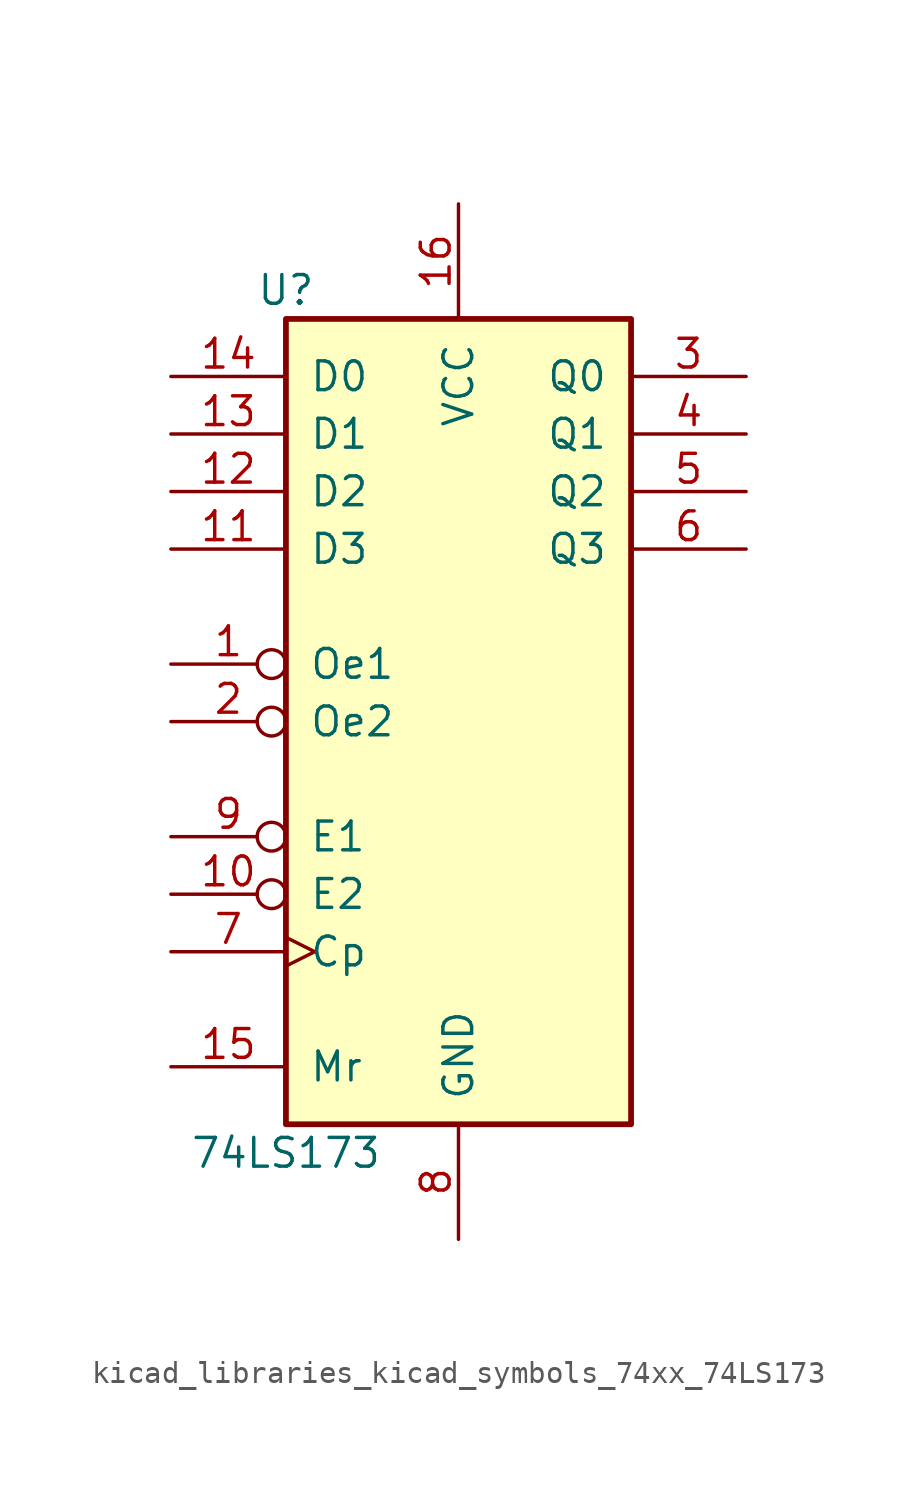
<source format=kicad_sym>
(kicad_symbol_lib
  (version 20220914)
  (generator kicad_symbol_editor)
  (symbol "kicad_libraries_kicad_symbols_74xx_74LS173"
    (pin_names
      (offset 1.016))
    (property "Reference" "U"
      (at -7.62 19.05 0)
      (effects (font (size 1.27 1.27))))
    (property "Value" "74LS173"
      (at -7.62 -19.05 0)
      (effects (font (size 1.27 1.27))))
    (property "ki_locked" ""
      (at 0 0 0)
      (effects (font (size 1.27 1.27))))
    (symbol "kicad_libraries_kicad_symbols_74xx_74LS173_1_0"
      (pin input inverted (at -12.7 2.54 0) (length 5.08) (name "Oe1" (effects (font (size 1.27 1.27)))) (number "1" (effects (font (size 1.27 1.27)))))
      (pin input inverted (at -12.7 -7.62 0) (length 5.08) (name "E2" (effects (font (size 1.27 1.27)))) (number "10" (effects (font (size 1.27 1.27)))))
      (pin input line (at -12.7 7.62 0) (length 5.08) (name "D3" (effects (font (size 1.27 1.27)))) (number "11" (effects (font (size 1.27 1.27)))))
      (pin input line (at -12.7 10.16 0) (length 5.08) (name "D2" (effects (font (size 1.27 1.27)))) (number "12" (effects (font (size 1.27 1.27)))))
      (pin input line (at -12.7 12.7 0) (length 5.08) (name "D1" (effects (font (size 1.27 1.27)))) (number "13" (effects (font (size 1.27 1.27)))))
      (pin input line (at -12.7 15.24 0) (length 5.08) (name "D0" (effects (font (size 1.27 1.27)))) (number "14" (effects (font (size 1.27 1.27)))))
      (pin input line (at -12.7 -15.24 0) (length 5.08) (name "Mr" (effects (font (size 1.27 1.27)))) (number "15" (effects (font (size 1.27 1.27)))))
      (pin power_in line (at 0 22.86 270) (length 5.08) (name "VCC" (effects (font (size 1.27 1.27)))) (number "16" (effects (font (size 1.27 1.27)))))
      (pin input inverted (at -12.7 0 0) (length 5.08) (name "Oe2" (effects (font (size 1.27 1.27)))) (number "2" (effects (font (size 1.27 1.27)))))
      (pin tri_state line (at 12.7 15.24 180) (length 5.08) (name "Q0" (effects (font (size 1.27 1.27)))) (number "3" (effects (font (size 1.27 1.27)))))
      (pin tri_state line (at 12.7 12.7 180) (length 5.08) (name "Q1" (effects (font (size 1.27 1.27)))) (number "4" (effects (font (size 1.27 1.27)))))
      (pin tri_state line (at 12.7 10.16 180) (length 5.08) (name "Q2" (effects (font (size 1.27 1.27)))) (number "5" (effects (font (size 1.27 1.27)))))
      (pin tri_state line (at 12.7 7.62 180) (length 5.08) (name "Q3" (effects (font (size 1.27 1.27)))) (number "6" (effects (font (size 1.27 1.27)))))
      (pin input clock (at -12.7 -10.16 0) (length 5.08) (name "Cp" (effects (font (size 1.27 1.27)))) (number "7" (effects (font (size 1.27 1.27)))))
      (pin power_in line (at 0 -22.86 90) (length 5.08) (name "GND" (effects (font (size 1.27 1.27)))) (number "8" (effects (font (size 1.27 1.27)))))
      (pin input inverted (at -12.7 -5.08 0) (length 5.08) (name "E1" (effects (font (size 1.27 1.27)))) (number "9" (effects (font (size 1.27 1.27))))))
    (symbol "kicad_libraries_kicad_symbols_74xx_74LS173_1_1"
      (rectangle (start -7.62 17.78) (end 7.62 -17.78) (stroke (width 0.254) (type default)) (fill (type background))))))
</source>
